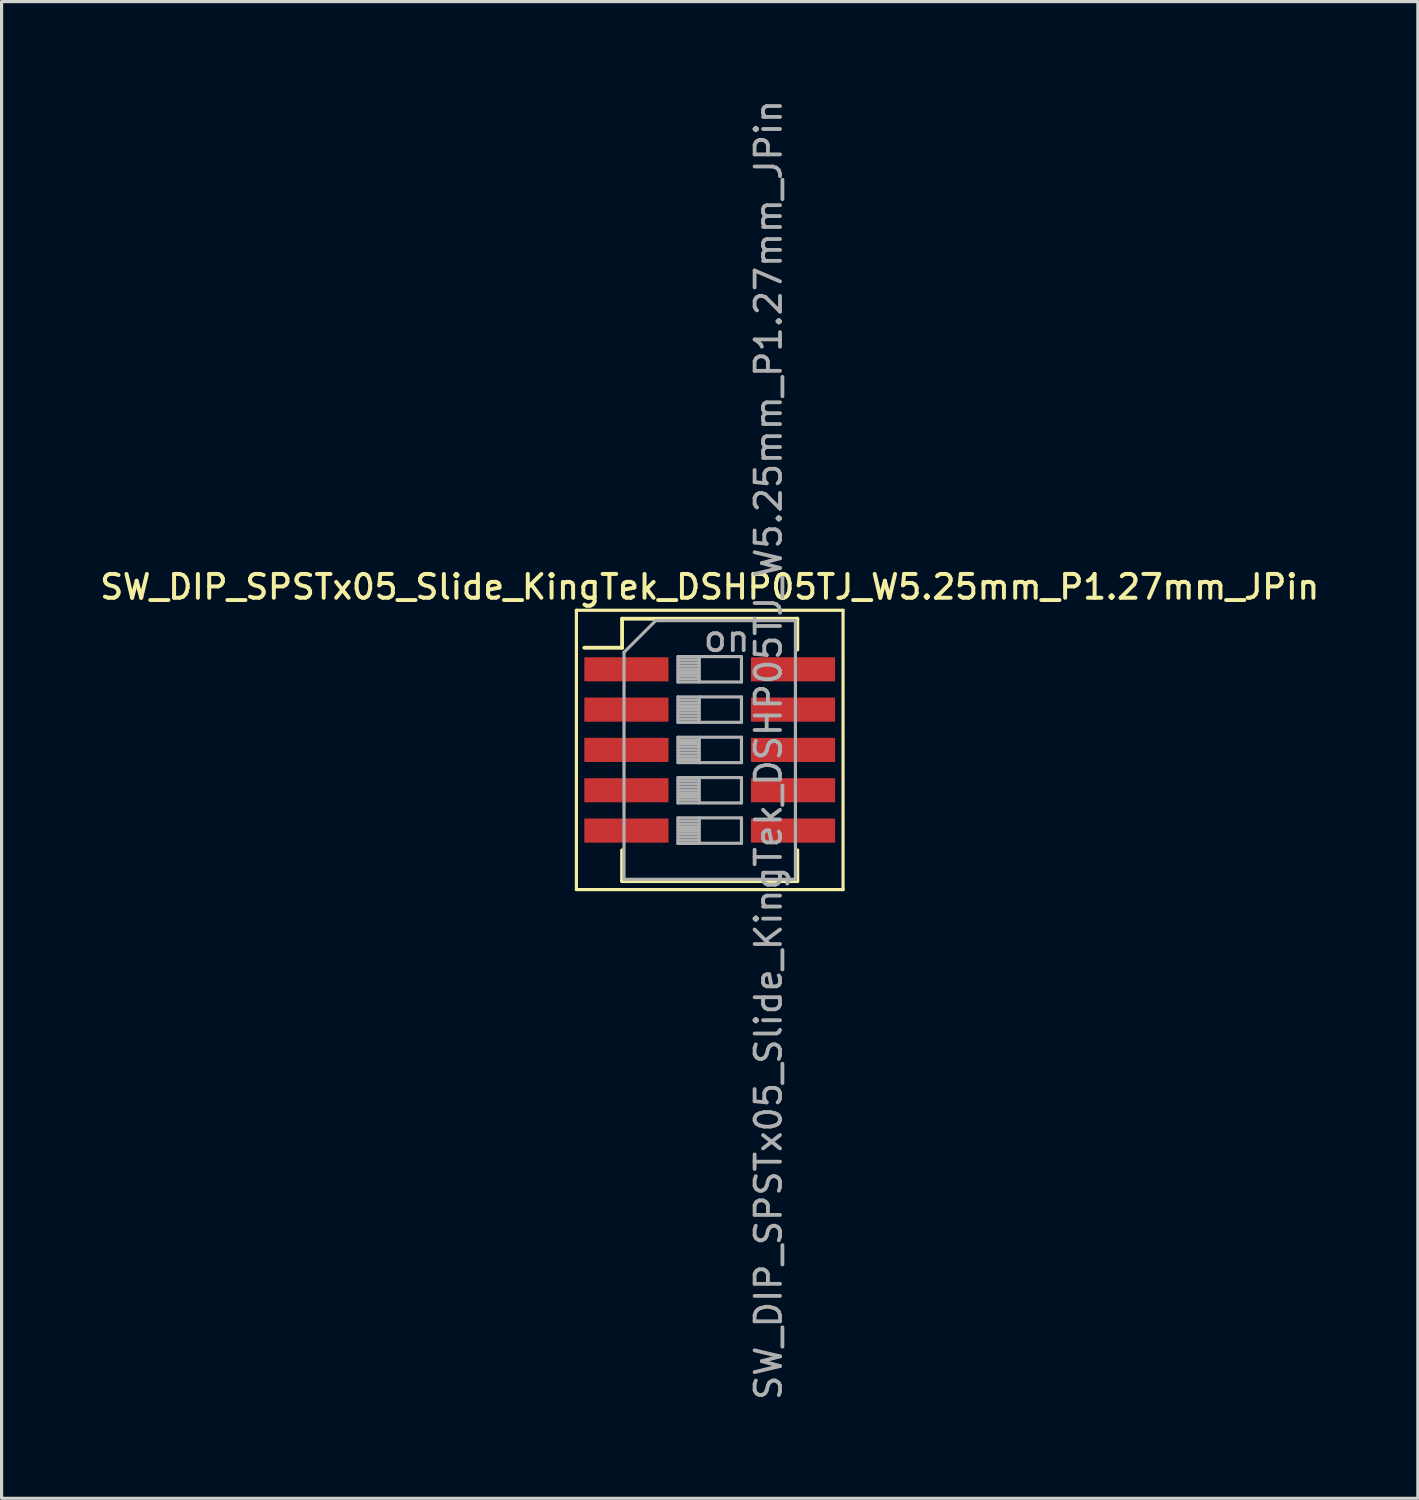
<source format=kicad_pcb>
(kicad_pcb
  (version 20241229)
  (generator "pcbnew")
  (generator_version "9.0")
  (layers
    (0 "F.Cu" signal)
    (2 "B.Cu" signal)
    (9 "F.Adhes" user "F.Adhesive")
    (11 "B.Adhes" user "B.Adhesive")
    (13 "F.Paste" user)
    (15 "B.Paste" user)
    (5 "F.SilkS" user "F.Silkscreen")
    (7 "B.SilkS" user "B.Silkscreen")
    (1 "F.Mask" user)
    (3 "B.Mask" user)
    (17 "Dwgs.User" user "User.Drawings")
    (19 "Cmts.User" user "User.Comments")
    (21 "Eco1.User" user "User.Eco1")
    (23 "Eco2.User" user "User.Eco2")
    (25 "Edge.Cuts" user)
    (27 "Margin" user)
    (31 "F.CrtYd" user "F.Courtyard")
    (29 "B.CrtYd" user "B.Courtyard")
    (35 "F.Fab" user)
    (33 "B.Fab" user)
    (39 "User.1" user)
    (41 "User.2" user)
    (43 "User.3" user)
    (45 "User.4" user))
  (footprint "SW_DIP_SPSTx05_Slide_KingTek_DSHP05TJ_W5.25mm_P1.27mm_JPin"
    (layer "F.Cu")
    (at 19.309 20.576)
    (property "Reference" "SW_DIP_SPSTx05_Slide_KingTek_DSHP05TJ_W5.25mm_P1.27mm_JPin" (at 0 -5.135 0) (layer "F.SilkS") (effects (font (size 0.75 0.75) (thickness 0.125))))
    (attr smd)
    (fp_line (start -4.2 -4.4) (end -4.2 4.4) (stroke (width 0.1) (type solid)) (layer "F.SilkS"))
    (fp_line (start -4.2 4.4) (end 4.2 4.4) (stroke (width 0.1) (type solid)) (layer "F.SilkS"))
    (fp_line (start -3.951 -3.22) (end -2.761 -3.22) (stroke (width 0.12) (type solid)) (layer "F.SilkS"))
    (fp_line (start -2.761 -4.135) (end -2.761 -3.22) (stroke (width 0.12) (type solid)) (layer "F.SilkS"))
    (fp_line (start -2.761 -4.135) (end 2.76 -4.135) (stroke (width 0.12) (type solid)) (layer "F.SilkS"))
    (fp_line (start -2.761 3.16) (end -2.761 4.135) (stroke (width 0.12) (type solid)) (layer "F.SilkS"))
    (fp_line (start -2.761 4.135) (end 2.76 4.135) (stroke (width 0.12) (type solid)) (layer "F.SilkS"))
    (fp_line (start 2.76 -4.135) (end 2.76 -3.16) (stroke (width 0.12) (type solid)) (layer "F.SilkS"))
    (fp_line (start 2.76 3.16) (end 2.76 4.135) (stroke (width 0.12) (type solid)) (layer "F.SilkS"))
    (fp_line (start 4.2 -4.4) (end -4.2 -4.4) (stroke (width 0.1) (type solid)) (layer "F.SilkS"))
    (fp_line (start 4.2 4.4) (end 4.2 -4.4) (stroke (width 0.1) (type solid)) (layer "F.SilkS"))
    (fp_line (start -2.7 -3.075) (end -1.7 -4.075) (stroke (width 0.1) (type solid)) (layer "F.Fab"))
    (fp_line (start -2.7 4.075) (end -2.7 -3.075) (stroke (width 0.1) (type solid)) (layer "F.Fab"))
    (fp_line (start -1.7 -4.075) (end 2.7 -4.075) (stroke (width 0.1) (type solid)) (layer "F.Fab"))
    (fp_line (start -1 -2.94) (end -1 -2.14) (stroke (width 0.1) (type solid)) (layer "F.Fab"))
    (fp_line (start -1 -2.84) (end -0.333 -2.84) (stroke (width 0.1) (type solid)) (layer "F.Fab"))
    (fp_line (start -1 -2.74) (end -0.333 -2.74) (stroke (width 0.1) (type solid)) (layer "F.Fab"))
    (fp_line (start -1 -2.64) (end -0.333 -2.64) (stroke (width 0.1) (type solid)) (layer "F.Fab"))
    (fp_line (start -1 -2.54) (end -0.333 -2.54) (stroke (width 0.1) (type solid)) (layer "F.Fab"))
    (fp_line (start -1 -2.44) (end -0.333 -2.44) (stroke (width 0.1) (type solid)) (layer "F.Fab"))
    (fp_line (start -1 -2.34) (end -0.333 -2.34) (stroke (width 0.1) (type solid)) (layer "F.Fab"))
    (fp_line (start -1 -2.24) (end -0.333 -2.24) (stroke (width 0.1) (type solid)) (layer "F.Fab"))
    (fp_line (start -1 -2.14) (end 1 -2.14) (stroke (width 0.1) (type solid)) (layer "F.Fab"))
    (fp_line (start -1 -1.67) (end -1 -0.87) (stroke (width 0.1) (type solid)) (layer "F.Fab"))
    (fp_line (start -1 -1.57) (end -0.333 -1.57) (stroke (width 0.1) (type solid)) (layer "F.Fab"))
    (fp_line (start -1 -1.47) (end -0.333 -1.47) (stroke (width 0.1) (type solid)) (layer "F.Fab"))
    (fp_line (start -1 -1.37) (end -0.333 -1.37) (stroke (width 0.1) (type solid)) (layer "F.Fab"))
    (fp_line (start -1 -1.27) (end -0.333 -1.27) (stroke (width 0.1) (type solid)) (layer "F.Fab"))
    (fp_line (start -1 -1.17) (end -0.333 -1.17) (stroke (width 0.1) (type solid)) (layer "F.Fab"))
    (fp_line (start -1 -1.07) (end -0.333 -1.07) (stroke (width 0.1) (type solid)) (layer "F.Fab"))
    (fp_line (start -1 -0.97) (end -0.333 -0.97) (stroke (width 0.1) (type solid)) (layer "F.Fab"))
    (fp_line (start -1 -0.87) (end 1 -0.87) (stroke (width 0.1) (type solid)) (layer "F.Fab"))
    (fp_line (start -1 -0.4) (end -1 0.4) (stroke (width 0.1) (type solid)) (layer "F.Fab"))
    (fp_line (start -1 -0.3) (end -0.333 -0.3) (stroke (width 0.1) (type solid)) (layer "F.Fab"))
    (fp_line (start -1 -0.2) (end -0.333 -0.2) (stroke (width 0.1) (type solid)) (layer "F.Fab"))
    (fp_line (start -1 -0.1) (end -0.333 -0.1) (stroke (width 0.1) (type solid)) (layer "F.Fab"))
    (fp_line (start -1 0) (end -0.333 0) (stroke (width 0.1) (type solid)) (layer "F.Fab"))
    (fp_line (start -1 0.1) (end -0.333 0.1) (stroke (width 0.1) (type solid)) (layer "F.Fab"))
    (fp_line (start -1 0.2) (end -0.333 0.2) (stroke (width 0.1) (type solid)) (layer "F.Fab"))
    (fp_line (start -1 0.3) (end -0.333 0.3) (stroke (width 0.1) (type solid)) (layer "F.Fab"))
    (fp_line (start -1 0.4) (end 1 0.4) (stroke (width 0.1) (type solid)) (layer "F.Fab"))
    (fp_line (start -1 0.87) (end -1 1.67) (stroke (width 0.1) (type solid)) (layer "F.Fab"))
    (fp_line (start -1 0.97) (end -0.333 0.97) (stroke (width 0.1) (type solid)) (layer "F.Fab"))
    (fp_line (start -1 1.07) (end -0.333 1.07) (stroke (width 0.1) (type solid)) (layer "F.Fab"))
    (fp_line (start -1 1.17) (end -0.333 1.17) (stroke (width 0.1) (type solid)) (layer "F.Fab"))
    (fp_line (start -1 1.27) (end -0.333 1.27) (stroke (width 0.1) (type solid)) (layer "F.Fab"))
    (fp_line (start -1 1.37) (end -0.333 1.37) (stroke (width 0.1) (type solid)) (layer "F.Fab"))
    (fp_line (start -1 1.47) (end -0.333 1.47) (stroke (width 0.1) (type solid)) (layer "F.Fab"))
    (fp_line (start -1 1.57) (end -0.333 1.57) (stroke (width 0.1) (type solid)) (layer "F.Fab"))
    (fp_line (start -1 1.67) (end 1 1.67) (stroke (width 0.1) (type solid)) (layer "F.Fab"))
    (fp_line (start -1 2.14) (end -1 2.94) (stroke (width 0.1) (type solid)) (layer "F.Fab"))
    (fp_line (start -1 2.24) (end -0.333 2.24) (stroke (width 0.1) (type solid)) (layer "F.Fab"))
    (fp_line (start -1 2.34) (end -0.333 2.34) (stroke (width 0.1) (type solid)) (layer "F.Fab"))
    (fp_line (start -1 2.44) (end -0.333 2.44) (stroke (width 0.1) (type solid)) (layer "F.Fab"))
    (fp_line (start -1 2.54) (end -0.333 2.54) (stroke (width 0.1) (type solid)) (layer "F.Fab"))
    (fp_line (start -1 2.64) (end -0.333 2.64) (stroke (width 0.1) (type solid)) (layer "F.Fab"))
    (fp_line (start -1 2.74) (end -0.333 2.74) (stroke (width 0.1) (type solid)) (layer "F.Fab"))
    (fp_line (start -1 2.84) (end -0.333 2.84) (stroke (width 0.1) (type solid)) (layer "F.Fab"))
    (fp_line (start -1 2.94) (end -0.333 2.94) (stroke (width 0.1) (type solid)) (layer "F.Fab"))
    (fp_line (start -1 2.94) (end 1 2.94) (stroke (width 0.1) (type solid)) (layer "F.Fab"))
    (fp_line (start -0.333 -2.94) (end -0.333 -2.14) (stroke (width 0.1) (type solid)) (layer "F.Fab"))
    (fp_line (start -0.333 -1.67) (end -0.333 -0.87) (stroke (width 0.1) (type solid)) (layer "F.Fab"))
    (fp_line (start -0.333 -0.4) (end -0.333 0.4) (stroke (width 0.1) (type solid)) (layer "F.Fab"))
    (fp_line (start -0.333 0.87) (end -0.333 1.67) (stroke (width 0.1) (type solid)) (layer "F.Fab"))
    (fp_line (start -0.333 2.14) (end -0.333 2.94) (stroke (width 0.1) (type solid)) (layer "F.Fab"))
    (fp_line (start 1 -2.94) (end -1 -2.94) (stroke (width 0.1) (type solid)) (layer "F.Fab"))
    (fp_line (start 1 -2.14) (end 1 -2.94) (stroke (width 0.1) (type solid)) (layer "F.Fab"))
    (fp_line (start 1 -1.67) (end -1 -1.67) (stroke (width 0.1) (type solid)) (layer "F.Fab"))
    (fp_line (start 1 -0.87) (end 1 -1.67) (stroke (width 0.1) (type solid)) (layer "F.Fab"))
    (fp_line (start 1 -0.4) (end -1 -0.4) (stroke (width 0.1) (type solid)) (layer "F.Fab"))
    (fp_line (start 1 0.4) (end 1 -0.4) (stroke (width 0.1) (type solid)) (layer "F.Fab"))
    (fp_line (start 1 0.87) (end -1 0.87) (stroke (width 0.1) (type solid)) (layer "F.Fab"))
    (fp_line (start 1 1.67) (end 1 0.87) (stroke (width 0.1) (type solid)) (layer "F.Fab"))
    (fp_line (start 1 2.14) (end -1 2.14) (stroke (width 0.1) (type solid)) (layer "F.Fab"))
    (fp_line (start 1 2.94) (end 1 2.14) (stroke (width 0.1) (type solid)) (layer "F.Fab"))
    (fp_line (start 2.7 -4.075) (end 2.7 4.075) (stroke (width 0.1) (type solid)) (layer "F.Fab"))
    (fp_line (start 2.7 4.075) (end -2.7 4.075) (stroke (width 0.1) (type solid)) (layer "F.Fab"))
    (fp_text user "on" (at 0.537 -3.507 0) (layer "F.Fab") (effects (font (size 0.8 0.8) (thickness 0.12))))
    (fp_text user "${REFERENCE}" (at 1.85 0 90) (layer "F.Fab") (effects (font (size 0.8 0.8) (thickness 0.12))))
    (pad "1" smd rect (at -2.625 -2.54) (size 2.65 0.76) (layers "F.Cu" "F.Mask" "F.Paste"))
    (pad "2" smd rect (at -2.625 -1.27) (size 2.65 0.76) (layers "F.Cu" "F.Mask" "F.Paste"))
    (pad "3" smd rect (at -2.625 0) (size 2.65 0.76) (layers "F.Cu" "F.Mask" "F.Paste"))
    (pad "4" smd rect (at -2.625 1.27) (size 2.65 0.76) (layers "F.Cu" "F.Mask" "F.Paste"))
    (pad "5" smd rect (at -2.625 2.54) (size 2.65 0.76) (layers "F.Cu" "F.Mask" "F.Paste"))
    (pad "6" smd rect (at 2.625 2.54) (size 2.65 0.76) (layers "F.Cu" "F.Mask" "F.Paste"))
    (pad "7" smd rect (at 2.625 1.27) (size 2.65 0.76) (layers "F.Cu" "F.Mask" "F.Paste"))
    (pad "8" smd rect (at 2.625 0) (size 2.65 0.76) (layers "F.Cu" "F.Mask" "F.Paste"))
    (pad "9" smd rect (at 2.625 -1.27) (size 2.65 0.76) (layers "F.Cu" "F.Mask" "F.Paste"))
    (pad "10" smd rect (at 2.625 -2.54) (size 2.65 0.76) (layers "F.Cu" "F.Mask" "F.Paste")))
  (gr_rect
    (start -3 -3)
    (end 41.618 44.152)
    (stroke (width 0.1) (type default))
    (fill no)
    (layer "Edge.Cuts")))
</source>
